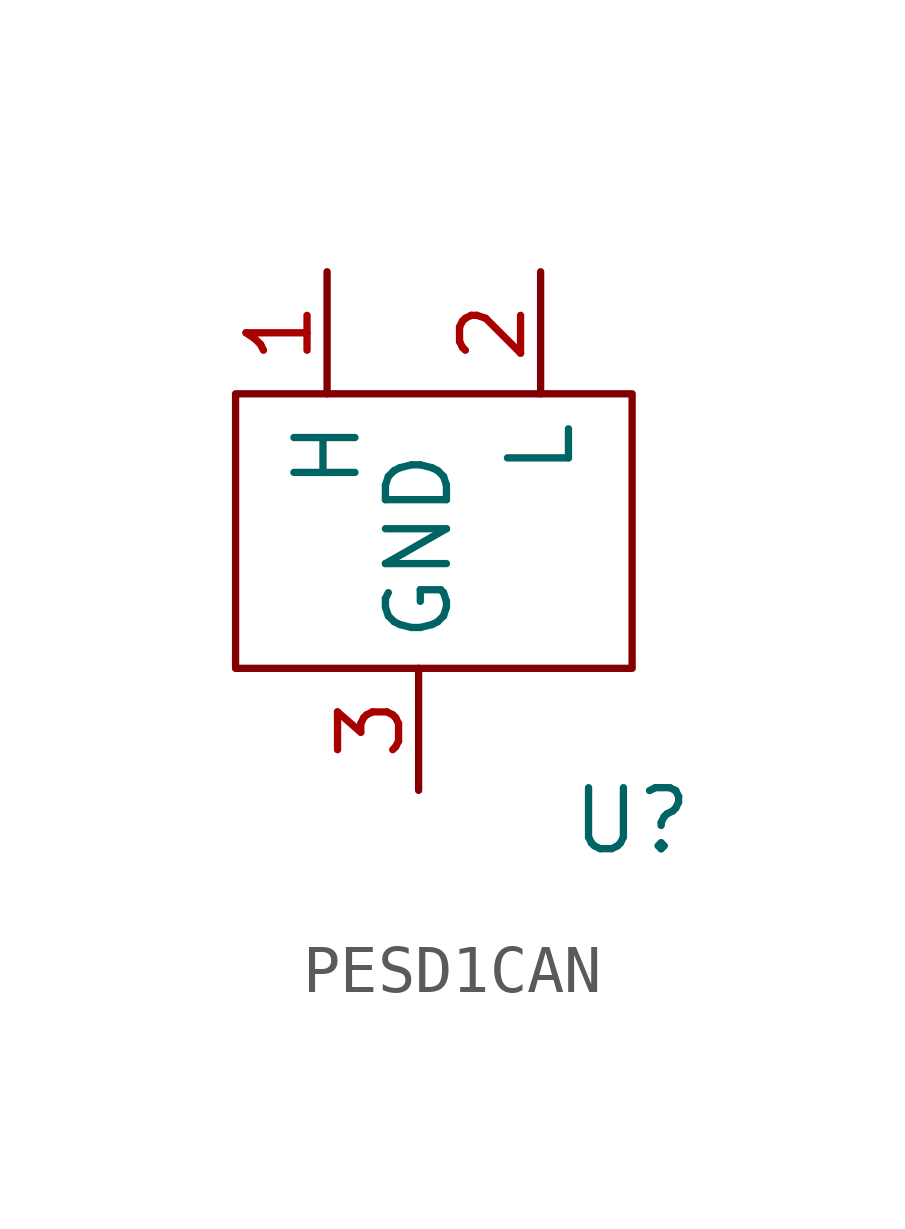
<source format=kicad_sym>
(kicad_symbol_lib
  (version 20220914)
  (generator kicad_symbol_editor)
  (symbol "PESD1CAN"
    (property "Reference" "U"
      (at 3.81 -5.08 0)
      (effects (font (size 1.27 1.27))))
    (property "Value" ""
      (at -1.27 6.35 0)
      (effects (font (size 1.27 1.27))))
    (symbol "PESD1CAN_0_1"
      (rectangle (start -4.445 3.81) (end 3.81 -1.905) (stroke (width 0) (type default)) (fill (type none))))
    (symbol "PESD1CAN_1_1"
      (pin input line (at -2.54 6.35 270) (length 2.54) (name "H" (effects (font (size 1.27 1.27)))) (number "1" (effects (font (size 1.27 1.27)))))
      (pin input line (at 1.905 6.35 270) (length 2.54) (name "L" (effects (font (size 1.27 1.27)))) (number "2" (effects (font (size 1.27 1.27)))))
      (pin power_out line (at -0.635 -4.445 90) (length 2.54) (name "GND" (effects (font (size 1.27 1.27)))) (number "3" (effects (font (size 1.27 1.27))))))))
</source>
